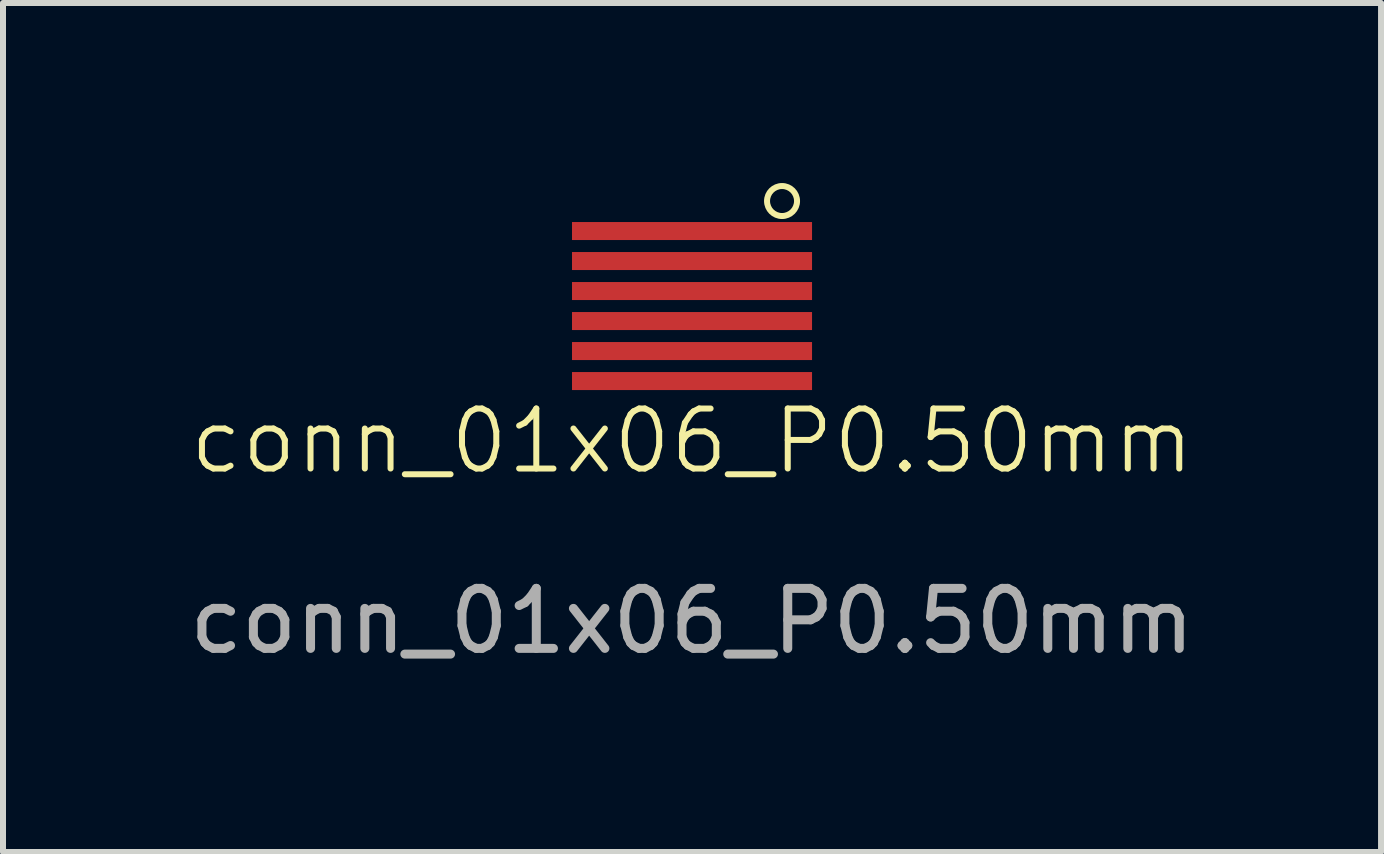
<source format=kicad_pcb>
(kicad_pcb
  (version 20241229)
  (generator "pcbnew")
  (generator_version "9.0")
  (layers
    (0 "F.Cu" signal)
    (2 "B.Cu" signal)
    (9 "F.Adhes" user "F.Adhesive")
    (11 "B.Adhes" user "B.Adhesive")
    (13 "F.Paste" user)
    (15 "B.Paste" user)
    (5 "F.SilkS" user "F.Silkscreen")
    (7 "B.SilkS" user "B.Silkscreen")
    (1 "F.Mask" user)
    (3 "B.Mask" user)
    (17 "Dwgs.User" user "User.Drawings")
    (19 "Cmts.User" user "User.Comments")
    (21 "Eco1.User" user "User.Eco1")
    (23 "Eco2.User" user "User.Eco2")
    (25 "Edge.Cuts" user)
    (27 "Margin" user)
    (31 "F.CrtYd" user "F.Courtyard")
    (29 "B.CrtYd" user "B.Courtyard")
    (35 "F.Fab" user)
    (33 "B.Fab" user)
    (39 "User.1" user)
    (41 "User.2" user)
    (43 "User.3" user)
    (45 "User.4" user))
  (footprint "conn_01x06_P0.50mm"
    (layer "F.Cu")
    (at 8.482 2.05)
    (property "Reference" "conn_01x06_P0.50mm" (at 0 2.25 0) (unlocked yes) (layer "F.SilkS") (effects (font (size 1 1) (thickness 0.1))))
    (attr smd)
    (fp_circle (center 1.5 -1.75) (end 1.75 -1.75) (stroke (width 0.1) (type default)) (fill no) (layer "F.SilkS"))
    (fp_text user "${REFERENCE}" (at 0 5.25 0) (unlocked yes) (layer "F.Fab") (effects (font (size 1 1) (thickness 0.15))))
    (pad "1" smd rect (at 0 -1.25 270) (size 0.3 4) (layers "F.Cu" "F.Mask" "F.Paste"))
    (pad "2" smd rect (at 0 -0.75 270) (size 0.3 4) (layers "F.Cu" "F.Mask" "F.Paste"))
    (pad "3" smd rect (at 0 -0.25 270) (size 0.3 4) (layers "F.Cu" "F.Mask" "F.Paste"))
    (pad "4" smd rect (at 0 0.25 270) (size 0.3 4) (layers "F.Cu" "F.Mask" "F.Paste"))
    (pad "5" smd rect (at 0 0.75 270) (size 0.3 4) (layers "F.Cu" "F.Mask" "F.Paste"))
    (pad "6" smd rect (at 0 1.25 270) (size 0.3 4) (layers "F.Cu" "F.Mask" "F.Paste")))
  (gr_rect
    (start -3 -3)
    (end 19.964 11.148)
    (stroke (width 0.1) (type default))
    (fill no)
    (layer "Edge.Cuts")))
</source>
